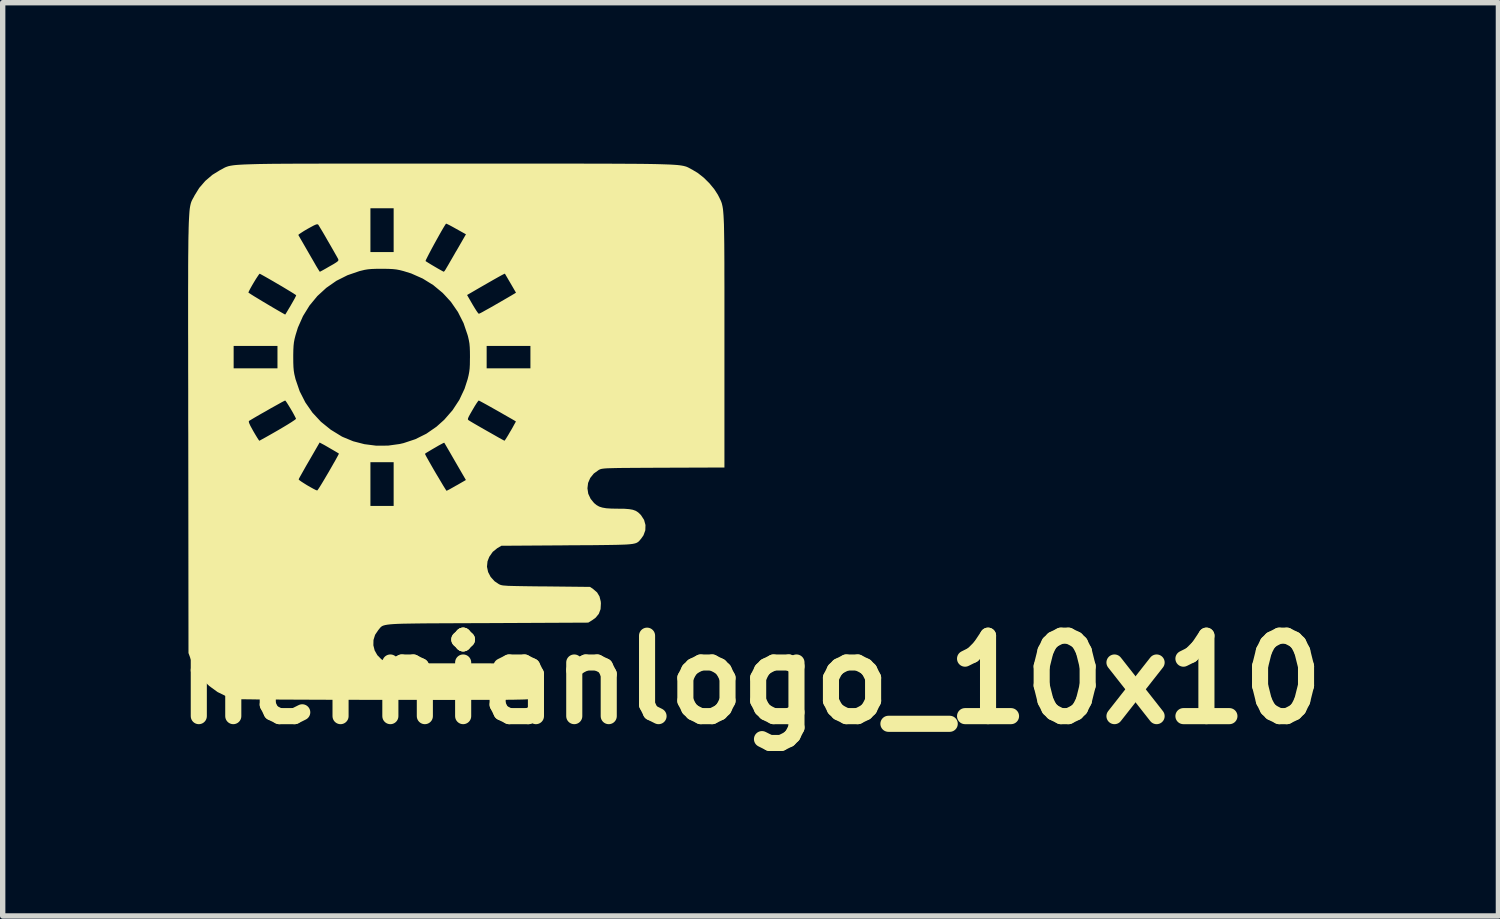
<source format=kicad_pcb>
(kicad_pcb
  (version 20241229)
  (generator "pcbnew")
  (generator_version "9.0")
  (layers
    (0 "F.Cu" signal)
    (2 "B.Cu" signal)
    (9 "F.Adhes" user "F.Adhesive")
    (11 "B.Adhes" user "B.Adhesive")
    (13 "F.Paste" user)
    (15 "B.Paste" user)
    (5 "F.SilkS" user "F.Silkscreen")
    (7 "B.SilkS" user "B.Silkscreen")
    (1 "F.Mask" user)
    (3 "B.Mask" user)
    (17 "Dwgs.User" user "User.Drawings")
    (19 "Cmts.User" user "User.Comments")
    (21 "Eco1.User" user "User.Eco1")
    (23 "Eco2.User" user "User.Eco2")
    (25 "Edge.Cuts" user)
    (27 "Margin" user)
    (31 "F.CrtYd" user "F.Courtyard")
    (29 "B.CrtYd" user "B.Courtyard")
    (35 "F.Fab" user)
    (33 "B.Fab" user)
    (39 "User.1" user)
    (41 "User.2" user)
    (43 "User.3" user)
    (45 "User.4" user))
  (footprint "hernianlogo_10x10"
    (layer "F.Cu")
    (at 5.456 5)
    (property "Reference" "hernianlogo_10x10" (at 5.486 4.623 0) (layer "F.SilkS") (effects (font (size 1.5 1.5) (thickness 0.3))))
    (attr board_only exclude_from_pos_files exclude_from_bom)
    (fp_poly (pts (xy -1.486 -5) (xy -1.132 -5) (xy -0.747 -5) (xy -0.331 -5) (xy -0.001 -5) (xy 0.44 -5) (xy 0.849 -5) (xy 1.226 -5) (xy 1.575 -5) (xy 1.895 -5) (xy 2.187 -5) (xy 2.455 -4.999) (xy 2.697 -4.999) (xy 2.917 -4.998) (xy 3.115 -4.997) (xy 3.292 -4.996) (xy 3.449 -4.995) (xy 3.589 -4.993) (xy 3.711 -4.991) (xy 3.818 -4.988) (xy 3.911 -4.985) (xy 3.99 -4.982) (xy 4.058 -4.978) (xy 4.115 -4.974) (xy 4.163 -4.969) (xy 4.203 -4.963) (xy 4.236 -4.957) (xy 4.264 -4.95) (xy 4.288 -4.943) (xy 4.308 -4.935) (xy 4.327 -4.926) (xy 4.346 -4.916) (xy 4.365 -4.906) (xy 4.386 -4.894) (xy 4.4 -4.887) (xy 4.506 -4.823) (xy 4.616 -4.736) (xy 4.72 -4.633) (xy 4.81 -4.524) (xy 4.879 -4.417) (xy 4.887 -4.4) (xy 4.903 -4.37) (xy 4.916 -4.342) (xy 4.929 -4.316) (xy 4.94 -4.29) (xy 4.95 -4.262) (xy 4.958 -4.23) (xy 4.966 -4.193) (xy 4.973 -4.149) (xy 4.978 -4.096) (xy 4.983 -4.032) (xy 4.987 -3.956) (xy 4.991 -3.866) (xy 4.993 -3.761) (xy 4.995 -3.638) (xy 4.997 -3.496) (xy 4.998 -3.334) (xy 4.999 -3.149) (xy 4.999 -2.939) (xy 5 -2.704) (xy 5 -2.442) (xy 5 -2.15) (xy 5 -1.827) (xy 5 -1.696) (xy 5 0.666) (xy 3.862 0.67) (xy 3.64 0.671) (xy 3.449 0.672) (xy 3.286 0.673) (xy 3.149 0.674) (xy 3.035 0.675) (xy 2.942 0.677) (xy 2.868 0.679) (xy 2.81 0.681) (xy 2.766 0.684) (xy 2.732 0.688) (xy 2.708 0.692) (xy 2.689 0.697) (xy 2.675 0.703) (xy 2.661 0.709) (xy 2.658 0.711) (xy 2.565 0.778) (xy 2.498 0.861) (xy 2.458 0.954) (xy 2.446 1.054) (xy 2.461 1.155) (xy 2.506 1.251) (xy 2.569 1.328) (xy 2.615 1.366) (xy 2.664 1.394) (xy 2.723 1.413) (xy 2.798 1.426) (xy 2.894 1.432) (xy 3.015 1.434) (xy 3.132 1.435) (xy 3.223 1.442) (xy 3.292 1.454) (xy 3.347 1.474) (xy 3.392 1.503) (xy 3.434 1.543) (xy 3.445 1.555) (xy 3.502 1.643) (xy 3.528 1.738) (xy 3.525 1.836) (xy 3.491 1.93) (xy 3.447 1.993) (xy 3.429 2.014) (xy 3.413 2.033) (xy 3.397 2.049) (xy 3.378 2.062) (xy 3.355 2.074) (xy 3.324 2.083) (xy 3.284 2.091) (xy 3.232 2.097) (xy 3.166 2.102) (xy 3.083 2.105) (xy 2.981 2.108) (xy 2.858 2.11) (xy 2.712 2.112) (xy 2.54 2.114) (xy 2.339 2.115) (xy 2.108 2.116) (xy 2.067 2.117) (xy 0.842 2.125) (xy 0.765 2.17) (xy 0.68 2.239) (xy 0.616 2.331) (xy 0.583 2.415) (xy 0.573 2.516) (xy 0.594 2.615) (xy 0.642 2.707) (xy 0.715 2.787) (xy 0.792 2.839) (xy 0.808 2.847) (xy 0.825 2.854) (xy 0.846 2.86) (xy 0.874 2.865) (xy 0.913 2.868) (xy 0.964 2.872) (xy 1.032 2.874) (xy 1.118 2.876) (xy 1.226 2.878) (xy 1.359 2.88) (xy 1.52 2.882) (xy 1.676 2.883) (xy 2.494 2.892) (xy 2.553 2.932) (xy 2.626 2.995) (xy 2.671 3.07) (xy 2.694 3.163) (xy 2.697 3.198) (xy 2.691 3.306) (xy 2.658 3.394) (xy 2.598 3.467) (xy 2.542 3.508) (xy 2.461 3.558) (xy 0.585 3.567) (xy 0.29 3.568) (xy 0.027 3.569) (xy -0.206 3.57) (xy -0.412 3.571) (xy -0.592 3.572) (xy -0.748 3.574) (xy -0.881 3.576) (xy -0.995 3.578) (xy -1.089 3.581) (xy -1.168 3.585) (xy -1.231 3.59) (xy -1.282 3.596) (xy -1.322 3.603) (xy -1.353 3.611) (xy -1.376 3.62) (xy -1.394 3.631) (xy -1.409 3.644) (xy -1.422 3.658) (xy -1.435 3.675) (xy -1.45 3.693) (xy -1.454 3.698) (xy -1.513 3.785) (xy -1.543 3.882) (xy -1.545 3.981) (xy -1.521 4.077) (xy -1.471 4.165) (xy -1.397 4.24) (xy -1.328 4.282) (xy -1.314 4.288) (xy -1.3 4.294) (xy -1.282 4.299) (xy -1.258 4.303) (xy -1.227 4.306) (xy -1.186 4.309) (xy -1.132 4.311) (xy -1.064 4.313) (xy -0.978 4.314) (xy -0.873 4.315) (xy -0.747 4.316) (xy -0.597 4.316) (xy -0.42 4.317) (xy -0.215 4.317) (xy 0.022 4.317) (xy 0.036 4.317) (xy 0.301 4.317) (xy 0.535 4.317) (xy 0.737 4.318) (xy 0.909 4.32) (xy 1.053 4.321) (xy 1.17 4.323) (xy 1.26 4.326) (xy 1.326 4.329) (xy 1.368 4.332) (xy 1.385 4.336) (xy 1.481 4.384) (xy 1.553 4.454) (xy 1.599 4.543) (xy 1.617 4.648) (xy 1.617 4.657) (xy 1.605 4.764) (xy 1.567 4.852) (xy 1.502 4.922) (xy 1.43 4.968) (xy 1.421 4.972) (xy 1.411 4.976) (xy 1.397 4.979) (xy 1.378 4.983) (xy 1.353 4.985) (xy 1.32 4.988) (xy 1.278 4.99) (xy 1.224 4.992) (xy 1.158 4.993) (xy 1.078 4.995) (xy 0.982 4.996) (xy 0.869 4.997) (xy 0.738 4.997) (xy 0.586 4.998) (xy 0.412 4.998) (xy 0.215 4.999) (xy -0.008 4.999) (xy -0.256 4.999) (xy -0.533 4.999) (xy -0.839 4.998) (xy -1.176 4.998) (xy -1.337 4.998) (xy -1.636 4.998) (xy -1.926 4.997) (xy -2.206 4.997) (xy -2.474 4.996) (xy -2.728 4.995) (xy -2.967 4.994) (xy -3.188 4.993) (xy -3.389 4.992) (xy -3.57 4.991) (xy -3.728 4.99) (xy -3.861 4.988) (xy -3.967 4.987) (xy -4.045 4.986) (xy -4.093 4.984) (xy -4.109 4.983) (xy -4.287 4.932) (xy -4.452 4.851) (xy -4.605 4.739) (xy -4.674 4.674) (xy -4.781 4.555) (xy -4.863 4.432) (xy -4.93 4.293) (xy -4.947 4.247) (xy -4.992 4.125) (xy -4.995 0.887) (xy -2.938 0.887) (xy -2.926 0.901) (xy -2.892 0.926) (xy -2.841 0.959) (xy -2.782 0.996) (xy -2.721 1.031) (xy -2.665 1.062) (xy -2.62 1.085) (xy -2.594 1.094) (xy -2.592 1.094) (xy -2.579 1.079) (xy -2.552 1.039) (xy -2.514 0.978) (xy -2.467 0.9) (xy -2.414 0.81) (xy -2.379 0.751) (xy -2.324 0.655) (xy -2.275 0.569) (xy -2.273 0.567) (xy -1.6 0.567) (xy -1.6 0.975) (xy -1.6 1.383) (xy -1.383 1.383) (xy -1.167 1.383) (xy -1.167 0.975) (xy -1.167 0.567) (xy -1.383 0.567) (xy -1.6 0.567) (xy -2.273 0.567) (xy -2.235 0.498) (xy -2.206 0.445) (xy -2.19 0.414) (xy -2.189 0.412) (xy -0.583 0.412) (xy -0.575 0.429) (xy -0.553 0.471) (xy -0.52 0.53) (xy -0.478 0.604) (xy -0.431 0.686) (xy -0.381 0.772) (xy -0.33 0.857) (xy -0.283 0.936) (xy -0.242 1.005) (xy -0.209 1.058) (xy -0.188 1.091) (xy -0.181 1.1) (xy -0.163 1.092) (xy -0.122 1.071) (xy -0.065 1.039) (xy 0.003 1) (xy 0.005 1) (xy 0.18 0.899) (xy -0.02 0.554) (xy -0.076 0.457) (xy -0.126 0.37) (xy -0.168 0.298) (xy -0.2 0.243) (xy -0.219 0.211) (xy -0.224 0.204) (xy -0.239 0.209) (xy -0.277 0.229) (xy -0.329 0.257) (xy -0.389 0.292) (xy -0.451 0.328) (xy -0.508 0.362) (xy -0.553 0.389) (xy -0.579 0.407) (xy -0.583 0.412) (xy -2.189 0.412) (xy -2.187 0.407) (xy -2.204 0.396) (xy -2.242 0.373) (xy -2.295 0.342) (xy -2.354 0.308) (xy -2.412 0.274) (xy -2.461 0.246) (xy -2.495 0.228) (xy -2.497 0.227) (xy -2.547 0.2) (xy -2.741 0.536) (xy -2.797 0.632) (xy -2.846 0.719) (xy -2.887 0.792) (xy -2.918 0.847) (xy -2.935 0.88) (xy -2.938 0.887) (xy -4.995 0.887) (xy -4.996 0.05) (xy -4.997 -0.189) (xy -3.868 -0.189) (xy -3.86 -0.16) (xy -3.838 -0.111) (xy -3.799 -0.04) (xy -3.783 -0.011) (xy -3.743 0.057) (xy -3.709 0.113) (xy -3.684 0.151) (xy -3.672 0.167) (xy -3.671 0.167) (xy -3.655 0.159) (xy -3.614 0.136) (xy -3.552 0.102) (xy -3.474 0.058) (xy -3.383 0.006) (xy -3.322 -0.029) (xy -3.227 -0.085) (xy -3.142 -0.136) (xy -3.072 -0.18) (xy -3.021 -0.214) (xy -2.992 -0.236) (xy -2.987 -0.242) (xy -2.999 -0.269) (xy -3.023 -0.315) (xy -3.054 -0.372) (xy -3.09 -0.433) (xy -3.126 -0.492) (xy -3.157 -0.541) (xy -3.18 -0.574) (xy -3.19 -0.583) (xy -3.207 -0.575) (xy -3.248 -0.554) (xy -3.307 -0.521) (xy -3.381 -0.48) (xy -3.464 -0.434) (xy -3.55 -0.384) (xy -3.636 -0.336) (xy -3.716 -0.29) (xy -3.784 -0.25) (xy -3.837 -0.218) (xy -3.863 -0.203) (xy -3.868 -0.189) (xy -4.997 -0.189) (xy -4.997 -0.393) (xy -4.997 -0.804) (xy -4.998 -1.183) (xy -4.998 -1.534) (xy -4.998 -1.6) (xy -4.15 -1.6) (xy -4.15 -1.392) (xy -4.15 -1.183) (xy -3.742 -1.183) (xy -3.333 -1.183) (xy -3.333 -1.392) (xy -3.039 -1.392) (xy -3.038 -1.286) (xy -3.035 -1.205) (xy -3.029 -1.138) (xy -3.019 -1.076) (xy -3.003 -1.009) (xy -2.996 -0.98) (xy -2.919 -0.755) (xy -2.813 -0.547) (xy -2.681 -0.357) (xy -2.523 -0.187) (xy -2.34 -0.039) (xy -2.135 0.087) (xy -2.117 0.096) (xy -1.921 0.177) (xy -1.712 0.231) (xy -1.493 0.259) (xy -1.272 0.258) (xy -1.055 0.228) (xy -0.982 0.211) (xy -0.762 0.138) (xy -0.557 0.036) (xy -0.368 -0.095) (xy -0.224 -0.224) (xy -0.217 -0.232) (xy 0.217 -0.232) (xy 0.224 -0.22) (xy 0.239 -0.21) (xy 0.239 -0.21) (xy 0.273 -0.189) (xy 0.327 -0.157) (xy 0.396 -0.117) (xy 0.476 -0.071) (xy 0.56 -0.023) (xy 0.645 0.025) (xy 0.726 0.071) (xy 0.796 0.111) (xy 0.852 0.142) (xy 0.888 0.161) (xy 0.899 0.167) (xy 0.911 0.153) (xy 0.935 0.116) (xy 0.969 0.061) (xy 1.008 -0.007) (xy 1.012 -0.012) (xy 1.051 -0.08) (xy 1.082 -0.137) (xy 1.104 -0.176) (xy 1.112 -0.193) (xy 1.112 -0.193) (xy 1.086 -0.209) (xy 1.038 -0.237) (xy 0.973 -0.274) (xy 0.896 -0.318) (xy 0.811 -0.367) (xy 0.724 -0.416) (xy 0.639 -0.464) (xy 0.562 -0.507) (xy 0.496 -0.543) (xy 0.448 -0.569) (xy 0.422 -0.582) (xy 0.419 -0.583) (xy 0.406 -0.57) (xy 0.38 -0.533) (xy 0.345 -0.478) (xy 0.305 -0.41) (xy 0.304 -0.408) (xy 0.261 -0.334) (xy 0.234 -0.284) (xy 0.22 -0.252) (xy 0.217 -0.232) (xy -0.217 -0.232) (xy -0.069 -0.402) (xy 0.057 -0.594) (xy 0.155 -0.802) (xy 0.213 -0.982) (xy 0.23 -1.052) (xy 0.242 -1.115) (xy 0.25 -1.179) (xy 0.254 -1.255) (xy 0.255 -1.351) (xy 0.256 -1.392) (xy 0.255 -1.497) (xy 0.252 -1.579) (xy 0.25 -1.6) (xy 0.567 -1.6) (xy 0.567 -1.392) (xy 0.567 -1.183) (xy 0.975 -1.183) (xy 1.383 -1.183) (xy 1.383 -1.392) (xy 1.383 -1.6) (xy 0.975 -1.6) (xy 0.567 -1.6) (xy 0.25 -1.6) (xy 0.246 -1.646) (xy 0.235 -1.708) (xy 0.22 -1.774) (xy 0.212 -1.803) (xy 0.136 -2.027) (xy 0.031 -2.234) (xy -0.099 -2.422) (xy -0.216 -2.55) (xy 0.202 -2.55) (xy 0.303 -2.375) (xy 0.344 -2.307) (xy 0.379 -2.252) (xy 0.406 -2.214) (xy 0.421 -2.2) (xy 0.421 -2.2) (xy 0.441 -2.208) (xy 0.484 -2.23) (xy 0.546 -2.265) (xy 0.624 -2.308) (xy 0.712 -2.358) (xy 0.732 -2.37) (xy 0.824 -2.423) (xy 0.909 -2.472) (xy 0.981 -2.514) (xy 1.036 -2.546) (xy 1.067 -2.565) (xy 1.07 -2.566) (xy 1.114 -2.593) (xy 1.013 -2.767) (xy 0.973 -2.835) (xy 0.94 -2.892) (xy 0.917 -2.931) (xy 0.907 -2.948) (xy 0.907 -2.948) (xy 0.891 -2.942) (xy 0.848 -2.92) (xy 0.779 -2.882) (xy 0.687 -2.83) (xy 0.572 -2.764) (xy 0.436 -2.686) (xy 0.297 -2.605) (xy 0.202 -2.55) (xy -0.216 -2.55) (xy -0.254 -2.59) (xy -0.43 -2.736) (xy -0.626 -2.857) (xy -0.84 -2.952) (xy -0.982 -2.996) (xy -1.052 -3.014) (xy -1.115 -3.026) (xy -1.179 -3.033) (xy -1.255 -3.037) (xy -1.351 -3.039) (xy -1.392 -3.039) (xy -1.497 -3.038) (xy -1.579 -3.035) (xy -1.646 -3.029) (xy -1.708 -3.019) (xy -1.774 -3.003) (xy -1.803 -2.996) (xy -2.027 -2.919) (xy -2.234 -2.815) (xy -2.422 -2.684) (xy -2.59 -2.53) (xy -2.736 -2.353) (xy -2.857 -2.157) (xy -2.952 -1.943) (xy -2.996 -1.801) (xy -3.014 -1.731) (xy -3.026 -1.668) (xy -3.033 -1.604) (xy -3.037 -1.529) (xy -3.039 -1.433) (xy -3.039 -1.392) (xy -3.333 -1.392) (xy -3.333 -1.6) (xy -3.742 -1.6) (xy -4.15 -1.6) (xy -4.998 -1.6) (xy -4.999 -1.856) (xy -4.999 -2.151) (xy -4.999 -2.42) (xy -4.999 -2.596) (xy -3.875 -2.596) (xy -3.861 -2.586) (xy -3.823 -2.561) (xy -3.766 -2.525) (xy -3.693 -2.481) (xy -3.609 -2.43) (xy -3.52 -2.377) (xy -3.429 -2.323) (xy -3.34 -2.271) (xy -3.26 -2.225) (xy -3.191 -2.186) (xy -3.189 -2.185) (xy -3.18 -2.198) (xy -3.158 -2.234) (xy -3.126 -2.288) (xy -3.086 -2.354) (xy -3.085 -2.357) (xy -3.046 -2.425) (xy -3.013 -2.483) (xy -2.992 -2.525) (xy -2.984 -2.544) (xy -2.984 -2.545) (xy -2.997 -2.555) (xy -3.035 -2.58) (xy -3.092 -2.615) (xy -3.163 -2.658) (xy -3.244 -2.707) (xy -3.33 -2.757) (xy -3.415 -2.807) (xy -3.495 -2.853) (xy -3.565 -2.893) (xy -3.621 -2.924) (xy -3.656 -2.943) (xy -3.665 -2.947) (xy -3.677 -2.935) (xy -3.701 -2.9) (xy -3.734 -2.85) (xy -3.77 -2.791) (xy -3.806 -2.73) (xy -3.838 -2.673) (xy -3.862 -2.627) (xy -3.874 -2.6) (xy -3.875 -2.596) (xy -4.999 -2.596) (xy -4.999 -2.665) (xy -4.998 -2.887) (xy -4.998 -3.086) (xy -4.997 -3.265) (xy -4.995 -3.425) (xy -4.994 -3.566) (xy -4.992 -3.67) (xy -2.944 -3.67) (xy -2.944 -3.669) (xy -2.934 -3.652) (xy -2.91 -3.609) (xy -2.873 -3.546) (xy -2.827 -3.466) (xy -2.774 -3.374) (xy -2.716 -3.273) (xy -2.655 -3.168) (xy -2.614 -3.096) (xy -2.582 -3.043) (xy -2.557 -3.003) (xy -2.544 -2.984) (xy -2.543 -2.983) (xy -2.527 -2.991) (xy -2.488 -3.012) (xy -2.431 -3.044) (xy -2.364 -3.083) (xy -2.36 -3.085) (xy -2.286 -3.127) (xy -2.237 -3.158) (xy -2.209 -3.179) (xy -2.207 -3.183) (xy -0.572 -3.183) (xy -0.553 -3.17) (xy -0.513 -3.145) (xy -0.459 -3.112) (xy -0.398 -3.076) (xy -0.338 -3.041) (xy -0.286 -3.012) (xy -0.248 -2.991) (xy -0.233 -2.984) (xy -0.219 -2.996) (xy -0.198 -3.027) (xy -0.197 -3.029) (xy -0.181 -3.057) (xy -0.15 -3.109) (xy -0.11 -3.179) (xy -0.061 -3.263) (xy -0.008 -3.356) (xy 0.006 -3.378) (xy 0.181 -3.682) (xy -0.002 -3.784) (xy -0.072 -3.823) (xy -0.13 -3.854) (xy -0.171 -3.874) (xy -0.19 -3.881) (xy -0.19 -3.881) (xy -0.208 -3.855) (xy -0.238 -3.806) (xy -0.276 -3.741) (xy -0.32 -3.663) (xy -0.368 -3.577) (xy -0.416 -3.49) (xy -0.462 -3.405) (xy -0.503 -3.327) (xy -0.537 -3.261) (xy -0.561 -3.213) (xy -0.572 -3.186) (xy -0.572 -3.183) (xy -2.207 -3.183) (xy -2.197 -3.196) (xy -2.198 -3.211) (xy -2.202 -3.222) (xy -2.225 -3.264) (xy -2.259 -3.324) (xy -2.301 -3.398) (xy -2.348 -3.48) (xy -2.398 -3.566) (xy -2.446 -3.65) (xy -2.491 -3.727) (xy -2.53 -3.791) (xy -2.558 -3.838) (xy -2.573 -3.862) (xy -2.575 -3.863) (xy -2.589 -3.869) (xy -2.613 -3.865) (xy -2.654 -3.847) (xy -2.714 -3.815) (xy -2.772 -3.783) (xy -2.84 -3.743) (xy -2.894 -3.708) (xy -2.931 -3.683) (xy -2.944 -3.67) (xy -4.992 -3.67) (xy -4.991 -3.69) (xy -4.989 -3.799) (xy -4.986 -3.893) (xy -4.982 -3.975) (xy -4.978 -4.044) (xy -4.974 -4.103) (xy -4.969 -4.152) (xy -4.967 -4.167) (xy -1.6 -4.167) (xy -1.6 -3.758) (xy -1.6 -3.35) (xy -1.383 -3.35) (xy -1.167 -3.35) (xy -1.167 -3.758) (xy -1.167 -4.167) (xy -1.383 -4.167) (xy -1.6 -4.167) (xy -4.967 -4.167) (xy -4.963 -4.193) (xy -4.956 -4.228) (xy -4.949 -4.257) (xy -4.941 -4.282) (xy -4.933 -4.303) (xy -4.923 -4.323) (xy -4.913 -4.342) (xy -4.901 -4.363) (xy -4.889 -4.385) (xy -4.879 -4.405) (xy -4.792 -4.546) (xy -4.679 -4.677) (xy -4.547 -4.79) (xy -4.406 -4.877) (xy -4.4 -4.88) (xy -4.375 -4.893) (xy -4.353 -4.905) (xy -4.334 -4.916) (xy -4.315 -4.926) (xy -4.295 -4.935) (xy -4.273 -4.943) (xy -4.249 -4.951) (xy -4.219 -4.958) (xy -4.184 -4.964) (xy -4.143 -4.97) (xy -4.092 -4.975) (xy -4.033 -4.979) (xy -3.962 -4.983) (xy -3.88 -4.986) (xy -3.784 -4.989) (xy -3.674 -4.992) (xy -3.547 -4.994) (xy -3.404 -4.996) (xy -3.242 -4.997) (xy -3.06 -4.998) (xy -2.858 -4.999) (xy -2.633 -4.999) (xy -2.385 -5) (xy -2.112 -5) (xy -1.813 -5)) (stroke (width 0) (type solid)) (fill yes) (layer "F.SilkS")))
  (gr_rect
    (start -3 -3)
    (end 24.886 14.027)
    (stroke (width 0.1) (type default))
    (fill no)
    (layer "Edge.Cuts")))
</source>
